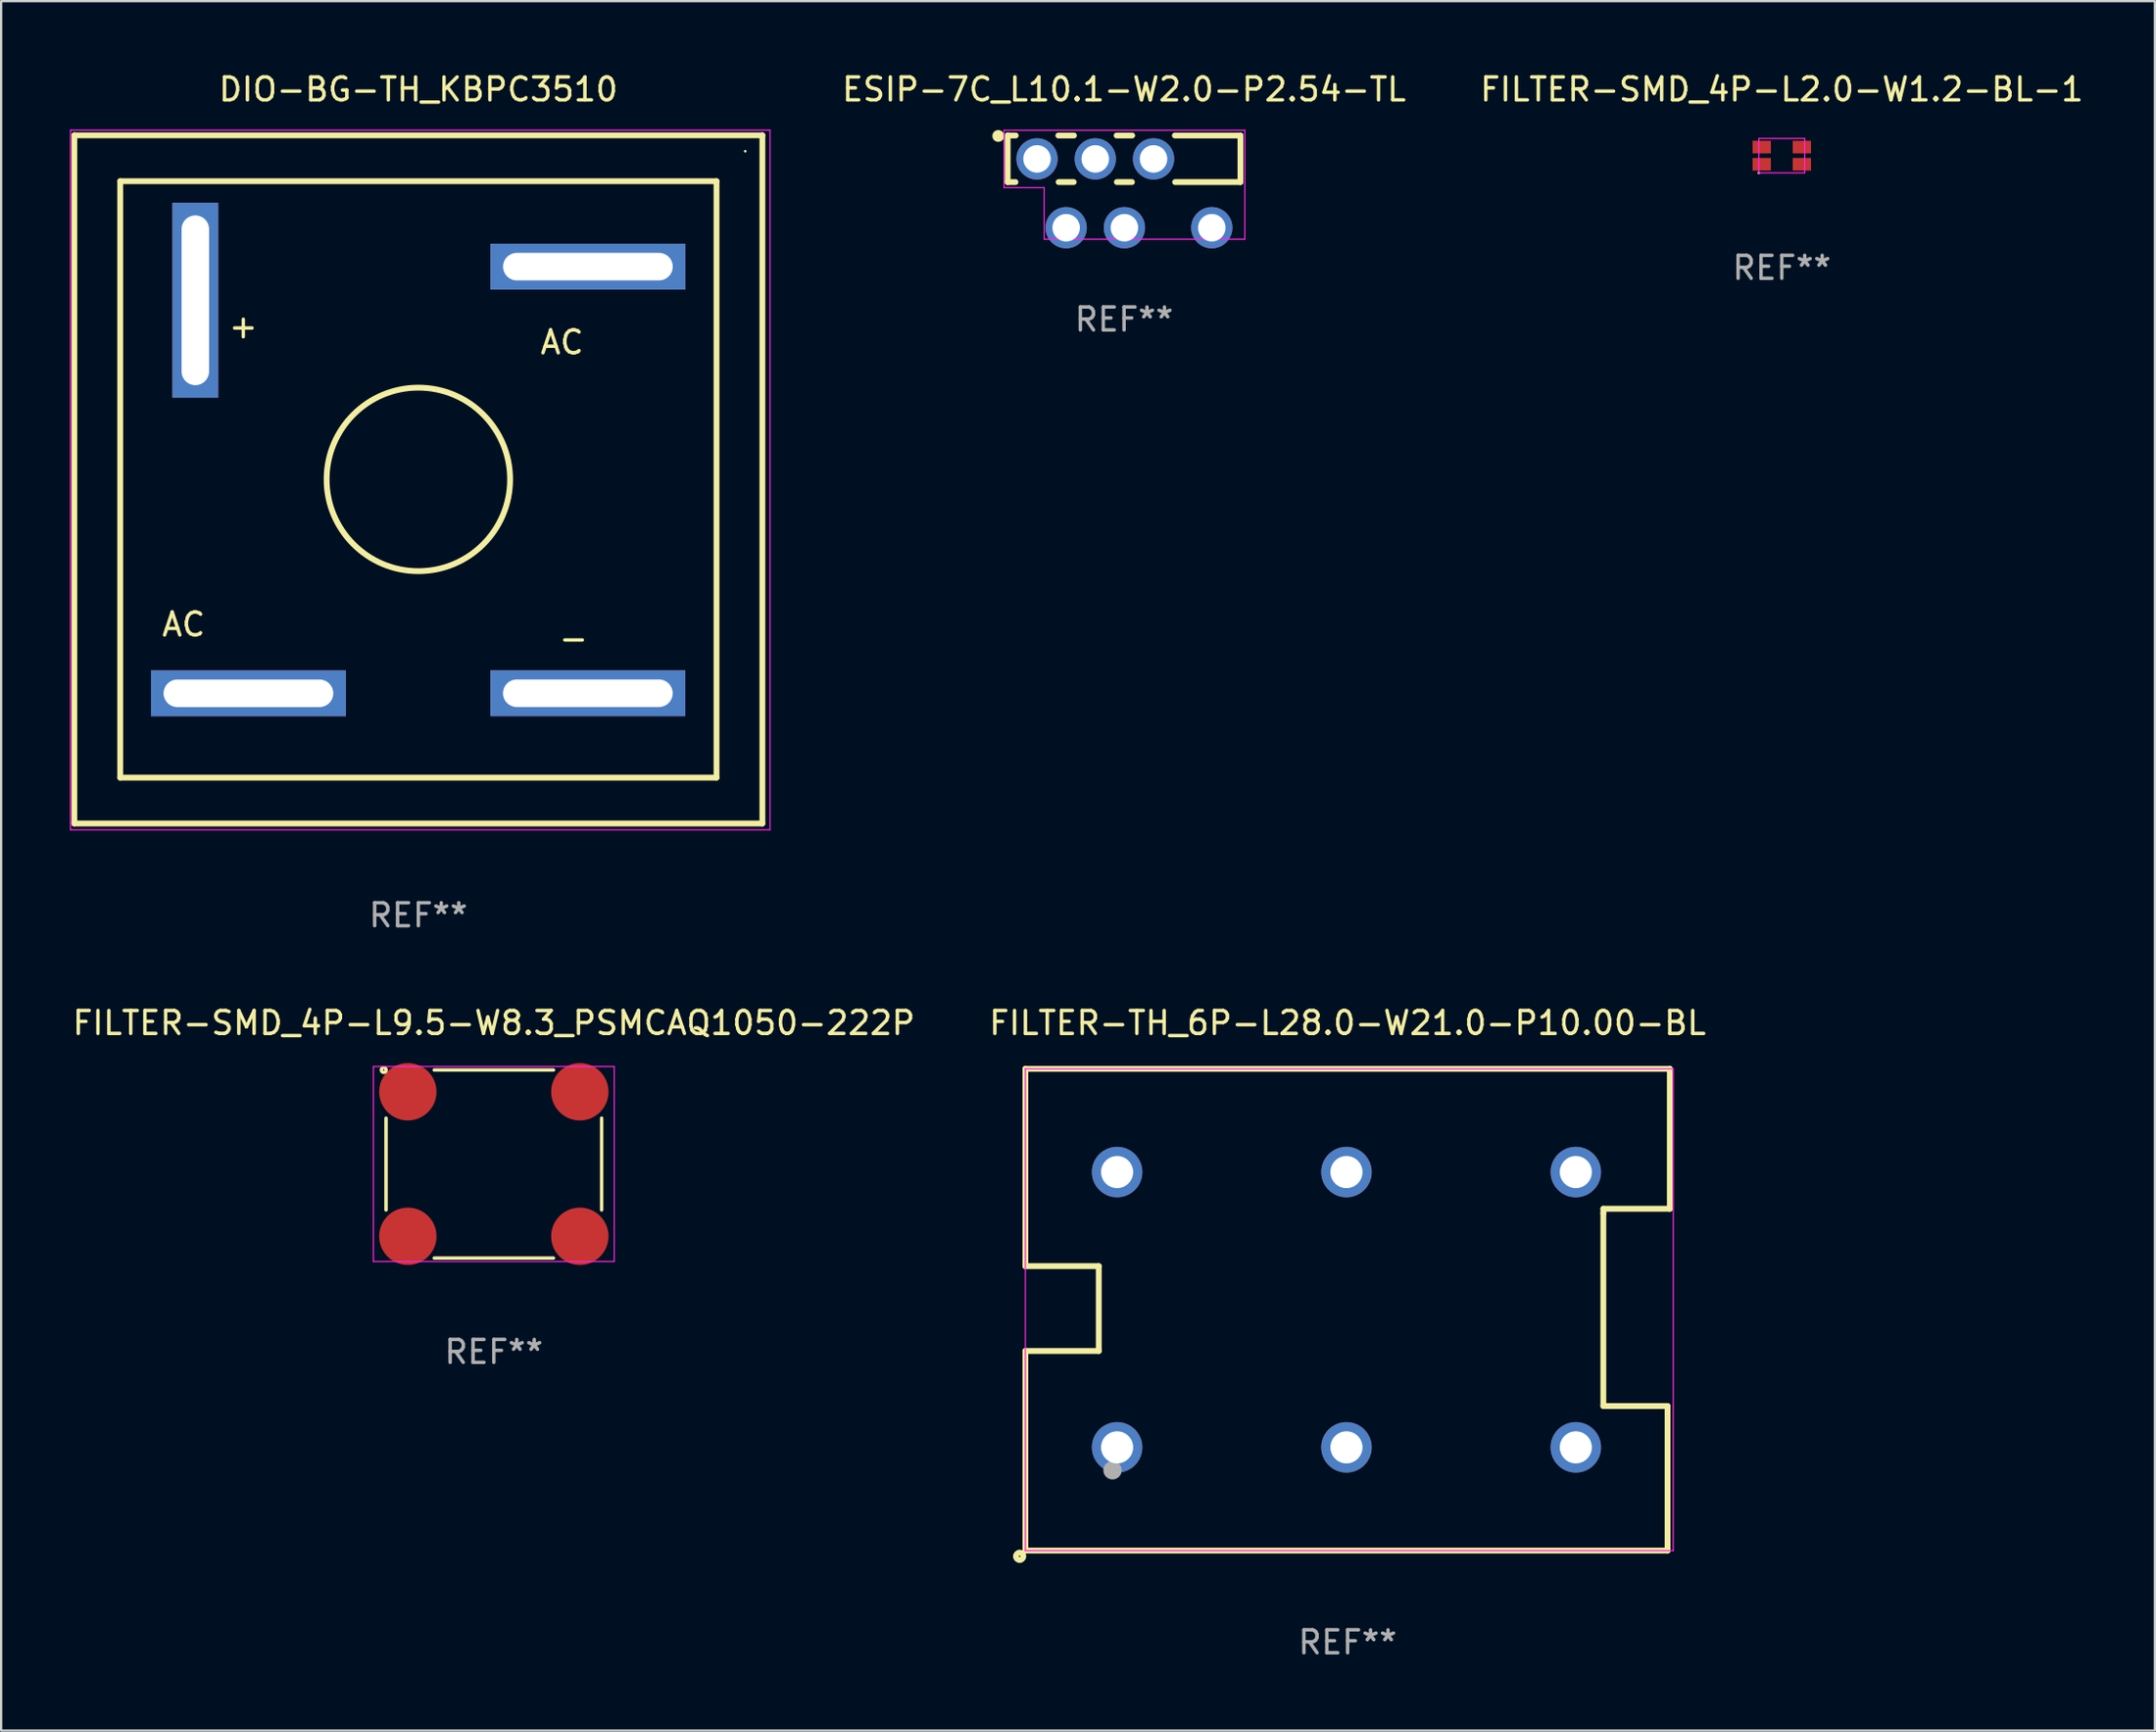
<source format=kicad_pcb>
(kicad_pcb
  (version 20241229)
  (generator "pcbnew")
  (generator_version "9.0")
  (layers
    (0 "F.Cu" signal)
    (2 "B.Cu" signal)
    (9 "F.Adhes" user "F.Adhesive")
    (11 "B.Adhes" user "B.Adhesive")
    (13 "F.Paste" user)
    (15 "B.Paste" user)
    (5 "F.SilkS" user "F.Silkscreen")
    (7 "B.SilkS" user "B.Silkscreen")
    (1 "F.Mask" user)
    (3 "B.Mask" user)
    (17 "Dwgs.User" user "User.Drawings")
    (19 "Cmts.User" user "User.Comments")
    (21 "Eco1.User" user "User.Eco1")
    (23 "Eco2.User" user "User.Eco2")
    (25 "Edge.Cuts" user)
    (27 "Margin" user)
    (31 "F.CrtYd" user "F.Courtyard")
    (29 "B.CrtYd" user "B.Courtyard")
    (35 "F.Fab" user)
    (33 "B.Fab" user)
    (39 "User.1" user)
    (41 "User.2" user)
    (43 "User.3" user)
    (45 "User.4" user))
  (footprint "ESIP-7C_L10.1-W2.0-P2.54-TL"
    (layer "F.Cu")
    (at 45.976 5.377)
    (property "Reference" "ESIP-7C_L10.1-W2.0-P2.54-TL" (at -0.015 -4.529 0) (layer "F.SilkS") (effects (font (size 1 1) (thickness 0.15))))
    (attr through_hole)
    (fp_line (start -5.09 -0.489) (end -5.09 -2.529) (stroke (width 0.254) (type solid)) (layer "F.SilkS"))
    (fp_line (start -5.05 -2.52) (end -4.74 -2.52) (stroke (width 0.254) (type solid)) (layer "F.SilkS"))
    (fp_line (start -4.75 -0.489) (end -5.09 -0.489) (stroke (width 0.254) (type solid)) (layer "F.SilkS"))
    (fp_line (start -2.88 -2.52) (end -2.2 -2.52) (stroke (width 0.254) (type solid)) (layer "F.SilkS"))
    (fp_line (start -2.211 -0.49) (end -2.869 -0.49) (stroke (width 0.254) (type solid)) (layer "F.SilkS"))
    (fp_line (start -0.34 -2.52) (end 0.34 -2.52) (stroke (width 0.254) (type solid)) (layer "F.SilkS"))
    (fp_line (start 0.329 -0.49) (end -0.329 -0.49) (stroke (width 0.254) (type solid)) (layer "F.SilkS"))
    (fp_line (start 2.2 -2.52) (end 5.06 -2.52) (stroke (width 0.254) (type solid)) (layer "F.SilkS"))
    (fp_line (start 5.06 -2.52) (end 5.06 -0.49) (stroke (width 0.254) (type solid)) (layer "F.SilkS"))
    (fp_line (start 5.06 -0.49) (end 2.211 -0.49) (stroke (width 0.254) (type solid)) (layer "F.SilkS"))
    (fp_circle (center -5.5 -2.5) (end -5.506 -2.5) (stroke (width 0.254) (type solid)) (fill no) (layer "F.SilkS"))
    (fp_line (start -5.25 -2.75) (end 5.25 -2.75) (stroke (width 0.05) (type default)) (layer "F.CrtYd"))
    (fp_line (start -5.25 -0.25) (end -5.25 -2.75) (stroke (width 0.05) (type default)) (layer "F.CrtYd"))
    (fp_line (start -3.5 -0.25) (end -5.25 -0.25) (stroke (width 0.05) (type default)) (layer "F.CrtYd"))
    (fp_line (start -3.5 2) (end -3.5 -0.25) (stroke (width 0.05) (type default)) (layer "F.CrtYd"))
    (fp_line (start 5.25 -2.75) (end 5.25 2) (stroke (width 0.05) (type default)) (layer "F.CrtYd"))
    (fp_line (start 5.25 2) (end -3.5 2) (stroke (width 0.05) (type default)) (layer "F.CrtYd"))
    (fp_text user "REF**" (at -0.015 5.5 0) (layer "F.Fab") (effects (font (size 1 1) (thickness 0.15))))
    (pad "1" thru_hole circle (at -3.81 -1.5) (size 1.8 1.8) (drill 1.2) (layers "*.Cu" "*.Mask"))
    (pad "2" thru_hole circle (at -1.27 -1.5) (size 1.8 1.8) (drill 1.2) (layers "*.Cu" "*.Mask"))
    (pad "3" thru_hole circle (at 1.27 -1.5) (size 1.8 1.8) (drill 1.2) (layers "*.Cu" "*.Mask"))
    (pad "4" thru_hole circle (at -2.54 1.5) (size 1.8 1.8) (drill 1.2) (layers "*.Cu" "*.Mask"))
    (pad "5" thru_hole circle (at 0 1.5) (size 1.8 1.8) (drill 1.2) (layers "*.Cu" "*.Mask"))
    (pad "7" thru_hole circle (at 3.81 1.5) (size 1.8 1.8) (drill 1.2) (layers "*.Cu" "*.Mask")))
  (footprint "FILTER-TH_6P-L28.0-W21.0-P10.00-BL"
    (layer "F.Cu")
    (at 55.658 54.045)
    (property "Reference" "FILTER-TH_6P-L28.0-W21.0-P10.00-BL" (at 0.05 -12.5 0) (layer "F.SilkS") (effects (font (size 1 1) (thickness 0.15))))
    (attr through_hole)
    (fp_line (start -14 -10.5) (end -14 -1.9) (stroke (width 0.254) (type solid)) (layer "F.SilkS"))
    (fp_line (start -14 -1.9) (end -10.8 -1.9) (stroke (width 0.254) (type solid)) (layer "F.SilkS"))
    (fp_line (start -14 1.8) (end -14 10.5) (stroke (width 0.254) (type solid)) (layer "F.SilkS"))
    (fp_line (start -14 10.5) (end 14 10.5) (stroke (width 0.254) (type solid)) (layer "F.SilkS"))
    (fp_line (start -10.8 -1.9) (end -10.8 1.8) (stroke (width 0.254) (type solid)) (layer "F.SilkS"))
    (fp_line (start -10.8 1.8) (end -14 1.8) (stroke (width 0.254) (type solid)) (layer "F.SilkS"))
    (fp_line (start 11.2 -4.4) (end 14.1 -4.4) (stroke (width 0.254) (type solid)) (layer "F.SilkS"))
    (fp_line (start 11.2 -4.2) (end 11.2 -4.4) (stroke (width 0.254) (type solid)) (layer "F.SilkS"))
    (fp_line (start 11.2 4.2) (end 11.2 -4.2) (stroke (width 0.254) (type solid)) (layer "F.SilkS"))
    (fp_line (start 14 4.2) (end 11.2 4.2) (stroke (width 0.254) (type solid)) (layer "F.SilkS"))
    (fp_line (start 14 10.5) (end 14 4.2) (stroke (width 0.254) (type solid)) (layer "F.SilkS"))
    (fp_line (start 14.1 -10.5) (end -14 -10.5) (stroke (width 0.254) (type solid)) (layer "F.SilkS"))
    (fp_line (start 14.1 -4.4) (end 14.1 -10.5) (stroke (width 0.254) (type solid)) (layer "F.SilkS"))
    (fp_circle (center -14.25 10.75) (end -14.217 10.75) (stroke (width 0.254) (type solid)) (fill no) (layer "F.SilkS"))
    (fp_circle (center -14 10.5) (end -13.97 10.5) (stroke (width 0.06) (type solid)) (fill no) (layer "F.SilkS"))
    (fp_line (start -14 -10.5) (end 14.25 -10.5) (stroke (width 0.05) (type default)) (layer "F.CrtYd"))
    (fp_line (start -14 10.5) (end -14 -10.5) (stroke (width 0.05) (type default)) (layer "F.CrtYd"))
    (fp_line (start 14.25 -10.5) (end 14.25 10.5) (stroke (width 0.05) (type default)) (layer "F.CrtYd"))
    (fp_line (start 14.25 10.5) (end -14 10.5) (stroke (width 0.05) (type default)) (layer "F.CrtYd"))
    (fp_circle (center -10.2 7) (end -10 7) (stroke (width 0.4) (type solid)) (fill no) (layer "F.Fab"))
    (fp_text user "REF**" (at 0.05 14.5 0) (layer "F.Fab") (effects (font (size 1 1) (thickness 0.15))))
    (pad "1" thru_hole circle (at -10 6) (size 2.2 2.2) (drill 1.4) (layers "*.Cu" "*.Mask"))
    (pad "2" thru_hole circle (at 0 6) (size 2.2 2.2) (drill 1.4) (layers "*.Cu" "*.Mask"))
    (pad "3" thru_hole circle (at 0 -6) (size 2.2 2.2) (drill 1.4) (layers "*.Cu" "*.Mask"))
    (pad "4" thru_hole circle (at -10 -6) (size 2.2 2.2) (drill 1.4) (layers "*.Cu" "*.Mask"))
    (pad "5" thru_hole circle (at 10 6) (size 2.2 2.2) (drill 1.4) (layers "*.Cu" "*.Mask"))
    (pad "6" thru_hole circle (at 10 -6) (size 2.2 2.2) (drill 1.4) (layers "*.Cu" "*.Mask")))
  (footprint "DIO-BG-TH_KBPC3510"
    (layer "F.Cu")
    (at 14.025 17.874)
    (property "Reference" "DIO-BG-TH_KBPC3510" (at 1.166 -17.025 0) (layer "F.SilkS") (effects (font (size 1 1) (thickness 0.15))))
    (attr through_hole)
    (fp_line (start -13.834 -15.025) (end -13.834 14.975) (stroke (width 0.254) (type solid)) (layer "F.SilkS"))
    (fp_line (start -13.834 14.975) (end 16.166 14.975) (stroke (width 0.254) (type solid)) (layer "F.SilkS"))
    (fp_line (start -11.834 -13.025) (end -11.834 12.975) (stroke (width 0.254) (type solid)) (layer "F.SilkS"))
    (fp_line (start -11.834 12.975) (end 14.166 12.975) (stroke (width 0.254) (type solid)) (layer "F.SilkS"))
    (fp_line (start 14.166 -13.025) (end -11.834 -13.025) (stroke (width 0.254) (type solid)) (layer "F.SilkS"))
    (fp_line (start 14.166 12.975) (end 14.166 -13.025) (stroke (width 0.254) (type solid)) (layer "F.SilkS"))
    (fp_line (start 16.166 -15.025) (end -13.834 -15.025) (stroke (width 0.254) (type solid)) (layer "F.SilkS"))
    (fp_line (start 16.166 14.975) (end 16.166 -15.025) (stroke (width 0.254) (type solid)) (layer "F.SilkS"))
    (fp_circle (center 1.166 -0.025) (end 5.166 -0.025) (stroke (width 0.254) (type solid)) (fill no) (layer "F.SilkS"))
    (fp_circle (center 15.419 -14.331) (end 15.449 -14.331) (stroke (width 0.06) (type solid)) (fill no) (layer "F.SilkS"))
    (fp_line (start -14 -15.25) (end 16.5 -15.25) (stroke (width 0.05) (type default)) (layer "F.CrtYd"))
    (fp_line (start -14 15.25) (end -14 -15.25) (stroke (width 0.05) (type default)) (layer "F.CrtYd"))
    (fp_line (start 16.5 -15.25) (end 16.5 15.25) (stroke (width 0.05) (type default)) (layer "F.CrtYd"))
    (fp_line (start 16.5 15.25) (end -14 15.25) (stroke (width 0.05) (type default)) (layer "F.CrtYd"))
    (fp_text user "AC" (at -9.067 6.3 0) (layer "F.SilkS") (effects (font (size 1 1) (thickness 0.15))))
    (fp_text user "AC" (at 7.432 -6 0) (layer "F.SilkS") (effects (font (size 1 1) (thickness 0.15))))
    (fp_text user "+" (at -6.467 -6.7 0) (layer "F.SilkS") (effects (font (size 1 1) (thickness 0.15))))
    (fp_text user "-" (at 7.933 6.9 0) (layer "F.SilkS") (effects (font (size 1 1) (thickness 0.15))))
    (fp_text user "REF**" (at 1.166 18.975 0) (layer "F.Fab") (effects (font (size 1 1) (thickness 0.15))))
    (pad "1" thru_hole rect (at 8.559 -9.3 270) (size 2 8.5) (drill oval 1.2 7.4) (layers "*.Cu" "*.Mask"))
    (pad "2" thru_hole rect (at 8.556 9.297 270) (size 2 8.5) (drill oval 1.2 7.4) (layers "*.Cu" "*.Mask"))
    (pad "3" thru_hole rect (at -6.243 9.3 270) (size 2 8.5) (drill oval 1.2 7.4) (layers "*.Cu" "*.Mask"))
    (pad "4" thru_hole rect (at -8.559 -7.834) (size 2 8.5) (drill oval 1.2 7.4) (layers "*.Cu" "*.Mask")))
  (footprint "FILTER-SMD_4P-L2.0-W1.2-BL-1"
    (layer "F.Cu")
    (at 74.639 3.737)
    (property "Reference" "FILTER-SMD_4P-L2.0-W1.2-BL-1" (at 0 -2.889 0) (layer "F.SilkS") (effects (font (size 1 1) (thickness 0.15))))
    (attr smd)
    (fp_circle (center -1 0.75) (end -0.97 0.75) (stroke (width 0.06) (type solid)) (fill no) (layer "F.SilkS"))
    (fp_line (start -1 -0.75) (end -1 0.75) (stroke (width 0.05) (type default)) (layer "F.CrtYd"))
    (fp_line (start -1 0.75) (end 1 0.75) (stroke (width 0.05) (type default)) (layer "F.CrtYd"))
    (fp_line (start 1 -0.75) (end -1 -0.75) (stroke (width 0.05) (type default)) (layer "F.CrtYd"))
    (fp_line (start 1 0.75) (end 1 -0.75) (stroke (width 0.05) (type default)) (layer "F.CrtYd"))
    (fp_text user "REF**" (at 0 4.889 0) (layer "F.Fab") (effects (font (size 1 1) (thickness 0.15))))
    (pad "1" smd rect (at -0.875 0.375 270) (size 0.55 0.8) (layers "F.Cu" "F.Mask" "F.Paste"))
    (pad "2" smd rect (at 0.875 0.375 270) (size 0.55 0.8) (layers "F.Cu" "F.Mask" "F.Paste"))
    (pad "3" smd rect (at 0.875 -0.375 270) (size 0.55 0.8) (layers "F.Cu" "F.Mask" "F.Paste"))
    (pad "4" smd rect (at -0.875 -0.375 270) (size 0.55 0.8) (layers "F.Cu" "F.Mask" "F.Paste")))
  (footprint "FILTER-SMD_4P-L9.5-W8.3_PSMCAQ1050-222P"
    (layer "F.Cu")
    (at 18.482 47.695)
    (property "Reference" "FILTER-SMD_4P-L9.5-W8.3_PSMCAQ1050-222P" (at 0 -6.15 0) (layer "F.SilkS") (effects (font (size 1 1) (thickness 0.15))))
    (attr smd)
    (fp_line (start -4.7 2) (end -4.7 -2) (stroke (width 0.15) (type default)) (layer "F.SilkS"))
    (fp_line (start -2.6 -4.1) (end 2.6 -4.1) (stroke (width 0.15) (type default)) (layer "F.SilkS"))
    (fp_line (start -2.6 4.1) (end 2.6 4.1) (stroke (width 0.15) (type default)) (layer "F.SilkS"))
    (fp_line (start 4.7 2) (end 4.7 -2) (stroke (width 0.15) (type default)) (layer "F.SilkS"))
    (fp_circle (center -4.8 -4.1) (end -4.77 -4.1) (stroke (width 0.15) (type solid)) (fill no) (layer "F.SilkS"))
    (fp_line (start -5.25 -4.25) (end 5.25 -4.25) (stroke (width 0.05) (type default)) (layer "F.CrtYd"))
    (fp_line (start -5.25 4.25) (end -5.25 -4.25) (stroke (width 0.05) (type default)) (layer "F.CrtYd"))
    (fp_line (start 5.25 -4.25) (end 5.25 4.25) (stroke (width 0.05) (type default)) (layer "F.CrtYd"))
    (fp_line (start 5.25 4.25) (end -5.25 4.25) (stroke (width 0.05) (type default)) (layer "F.CrtYd"))
    (fp_text user "REF**" (at 0 8.19 0) (layer "F.Fab") (effects (font (size 1 1) (thickness 0.15))))
    (pad "1" smd circle (at -3.75 -3.15) (size 2.5 2.5) (layers "F.Cu" "F.Mask" "F.Paste"))
    (pad "2" smd circle (at -3.75 3.15) (size 2.5 2.5) (layers "F.Cu" "F.Mask" "F.Paste"))
    (pad "3" smd circle (at 3.75 3.15) (size 2.5 2.5) (layers "F.Cu" "F.Mask" "F.Paste"))
    (pad "4" smd circle (at 3.75 -3.15) (size 2.5 2.5) (layers "F.Cu" "F.Mask" "F.Paste")))
  (gr_rect
    (start -3 -3)
    (end 90.907 72.393)
    (stroke (width 0.1) (type default))
    (fill no)
    (layer "Edge.Cuts")))
</source>
